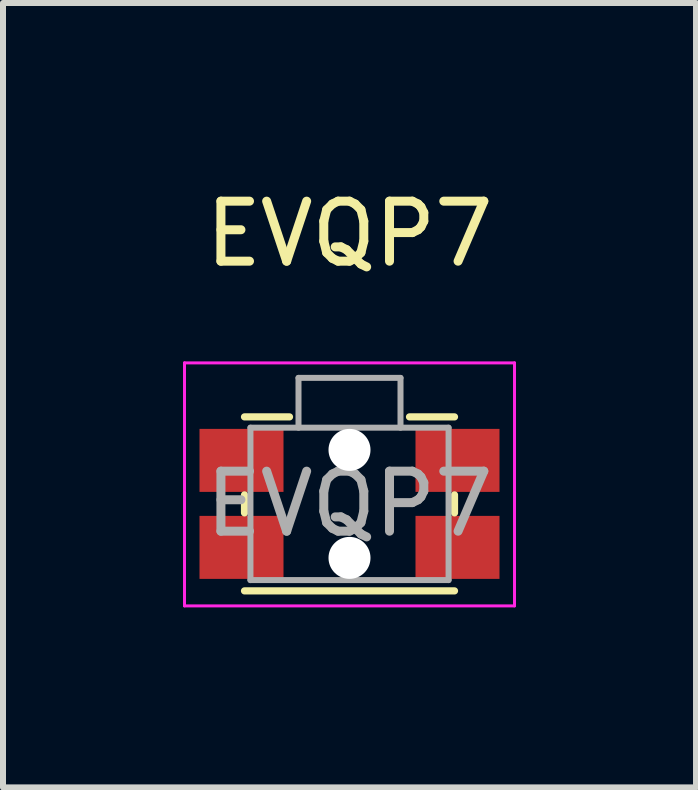
<source format=kicad_pcb>
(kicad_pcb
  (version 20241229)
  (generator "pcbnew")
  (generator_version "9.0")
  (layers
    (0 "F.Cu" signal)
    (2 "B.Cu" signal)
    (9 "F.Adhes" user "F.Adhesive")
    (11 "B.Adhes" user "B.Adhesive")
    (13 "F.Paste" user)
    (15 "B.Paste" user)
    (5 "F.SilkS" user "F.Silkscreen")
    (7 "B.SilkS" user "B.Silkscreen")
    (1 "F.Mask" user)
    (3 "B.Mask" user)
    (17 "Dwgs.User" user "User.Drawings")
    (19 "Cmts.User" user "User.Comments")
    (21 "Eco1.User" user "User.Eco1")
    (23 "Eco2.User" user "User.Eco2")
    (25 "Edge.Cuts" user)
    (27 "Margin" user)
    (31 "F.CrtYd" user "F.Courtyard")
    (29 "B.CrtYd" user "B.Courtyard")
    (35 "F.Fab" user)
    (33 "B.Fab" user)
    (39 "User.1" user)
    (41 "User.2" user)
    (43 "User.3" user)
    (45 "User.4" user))
  (footprint "EVQP7"
    (layer "F.Cu")
    (at 2.775 5.348)
    (property "Reference" "EVQP7" (at 0 -4.5 180) (layer "F.SilkS") (effects (font (size 1 1) (thickness 0.15))))
    (attr smd)
    (fp_line (start -1.75 0.15) (end -1.75 -0.15) (stroke (width 0.12) (type solid)) (layer "F.SilkS"))
    (fp_line (start -1 -1.45) (end -1.75 -1.45) (stroke (width 0.12) (type solid)) (layer "F.SilkS"))
    (fp_line (start 1.75 -1.45) (end 1 -1.45) (stroke (width 0.12) (type solid)) (layer "F.SilkS"))
    (fp_line (start 1.75 0.15) (end 1.75 -0.15) (stroke (width 0.12) (type solid)) (layer "F.SilkS"))
    (fp_line (start 1.75 1.45) (end -1.75 1.45) (stroke (width 0.12) (type solid)) (layer "F.SilkS"))
    (fp_line (start -2.75 1.7) (end -2.75 -2.35) (stroke (width 0.05) (type solid)) (layer "F.CrtYd"))
    (fp_line (start 2.75 -2.35) (end -2.75 -2.35) (stroke (width 0.05) (type solid)) (layer "F.CrtYd"))
    (fp_line (start 2.75 1.7) (end -2.75 1.7) (stroke (width 0.05) (type solid)) (layer "F.CrtYd"))
    (fp_line (start 2.75 1.7) (end 2.75 -2.35) (stroke (width 0.05) (type solid)) (layer "F.CrtYd"))
    (fp_line (start -1.651 1.27) (end -1.651 -1.27) (stroke (width 0.1) (type solid)) (layer "F.Fab"))
    (fp_line (start -0.85 -2.1) (end -0.85 -1.27) (stroke (width 0.1) (type solid)) (layer "F.Fab"))
    (fp_line (start 0.85 -2.1) (end -0.85 -2.1) (stroke (width 0.1) (type solid)) (layer "F.Fab"))
    (fp_line (start 0.85 -2.1) (end 0.85 -1.27) (stroke (width 0.1) (type solid)) (layer "F.Fab"))
    (fp_line (start 1.651 -1.27) (end -1.651 -1.27) (stroke (width 0.1) (type solid)) (layer "F.Fab"))
    (fp_line (start 1.651 1.27) (end -1.651 1.27) (stroke (width 0.1) (type solid)) (layer "F.Fab"))
    (fp_line (start 1.651 1.27) (end 1.651 -1.27) (stroke (width 0.1) (type solid)) (layer "F.Fab"))
    (fp_text user "${REFERENCE}" (at 0 0 180) (layer "F.Fab") (effects (font (size 1 1) (thickness 0.15))))
    (pad "" np_thru_hole circle (at 0 -0.9 180) (size 0.7 0.7) (drill 0.7) (layers "*.Cu" "*.Mask"))
    (pad "" np_thru_hole circle (at 0 0.9 180) (size 0.7 0.7) (drill 0.7) (layers "*.Cu" "*.Mask"))
    (pad "1" smd rect (at -1.8 -0.725 180) (size 1.4 1.05) (layers "F.Cu" "F.Mask" "F.Paste"))
    (pad "1" smd rect (at 1.8 -0.725 180) (size 1.4 1.05) (layers "F.Cu" "F.Mask" "F.Paste"))
    (pad "2" smd rect (at -1.8 0.725 180) (size 1.4 1.05) (layers "F.Cu" "F.Mask" "F.Paste"))
    (pad "2" smd rect (at 1.8 0.725 180) (size 1.4 1.05) (layers "F.Cu" "F.Mask" "F.Paste")))
  (gr_rect
    (start -3 -3)
    (end 8.55 10.073)
    (stroke (width 0.1) (type default))
    (fill no)
    (layer "Edge.Cuts")))
</source>
